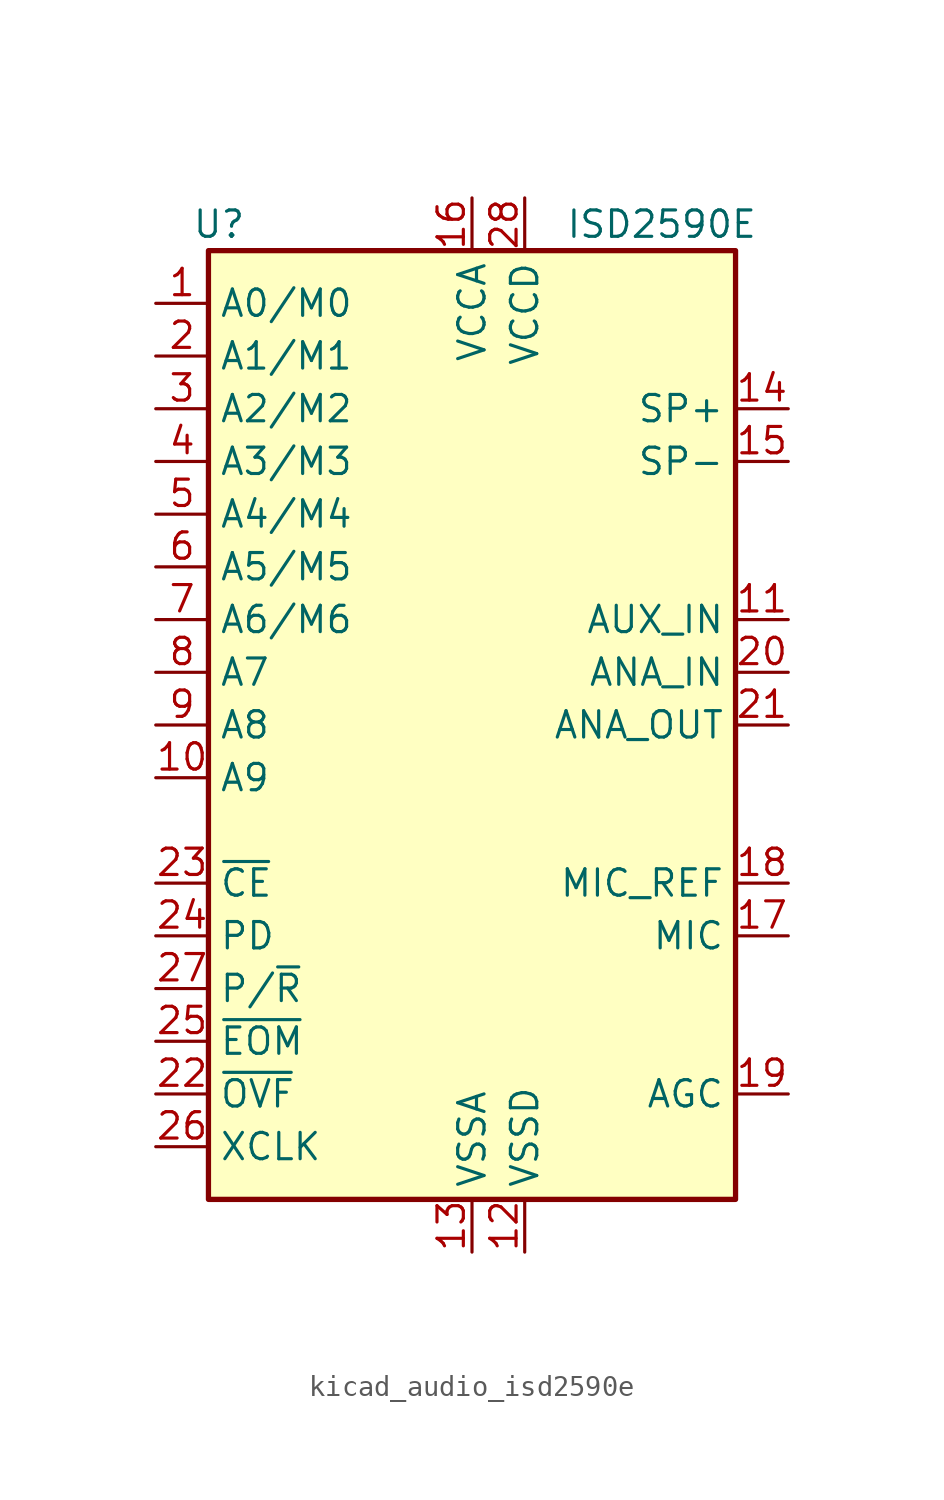
<source format=kicad_sym>
(kicad_symbol_lib
  (version 20220914)
  (generator kicad_symbol_editor)
  (symbol "kicad_audio_isd2590e"
    (property "Reference" "U"
      (at -12.192 24.13 0)
      (effects (font (size 1.27 1.27))))
    (property "Value" "ISD2590E"
      (at 9.144 24.13 0)
      (effects (font (size 1.27 1.27))))
    (symbol "kicad_audio_isd2590e_0_1"
      (rectangle (start -12.7 22.86) (end 12.7 -22.86) (stroke (width 0.254) (type default)) (fill (type background))))
    (symbol "kicad_audio_isd2590e_1_1"
      (pin input line (at -15.24 20.32 0) (length 2.54) (name "A0/M0" (effects (font (size 1.27 1.27)))) (number "1" (effects (font (size 1.27 1.27)))))
      (pin input line (at -15.24 -2.54 0) (length 2.54) (name "A9" (effects (font (size 1.27 1.27)))) (number "10" (effects (font (size 1.27 1.27)))))
      (pin input line (at 15.24 5.08 180) (length 2.54) (name "AUX_IN" (effects (font (size 1.27 1.27)))) (number "11" (effects (font (size 1.27 1.27)))))
      (pin power_in line (at 2.54 -25.4 90) (length 2.54) (name "VSSD" (effects (font (size 1.27 1.27)))) (number "12" (effects (font (size 1.27 1.27)))))
      (pin power_in line (at 0 -25.4 90) (length 2.54) (name "VSSA" (effects (font (size 1.27 1.27)))) (number "13" (effects (font (size 1.27 1.27)))))
      (pin output line (at 15.24 15.24 180) (length 2.54) (name "SP+" (effects (font (size 1.27 1.27)))) (number "14" (effects (font (size 1.27 1.27)))))
      (pin output line (at 15.24 12.7 180) (length 2.54) (name "SP-" (effects (font (size 1.27 1.27)))) (number "15" (effects (font (size 1.27 1.27)))))
      (pin power_in line (at 0 25.4 270) (length 2.54) (name "VCCA" (effects (font (size 1.27 1.27)))) (number "16" (effects (font (size 1.27 1.27)))))
      (pin input line (at 15.24 -10.16 180) (length 2.54) (name "MIC" (effects (font (size 1.27 1.27)))) (number "17" (effects (font (size 1.27 1.27)))))
      (pin passive line (at 15.24 -7.62 180) (length 2.54) (name "MIC_REF" (effects (font (size 1.27 1.27)))) (number "18" (effects (font (size 1.27 1.27)))))
      (pin passive line (at 15.24 -17.78 180) (length 2.54) (name "AGC" (effects (font (size 1.27 1.27)))) (number "19" (effects (font (size 1.27 1.27)))))
      (pin input line (at -15.24 17.78 0) (length 2.54) (name "A1/M1" (effects (font (size 1.27 1.27)))) (number "2" (effects (font (size 1.27 1.27)))))
      (pin input line (at 15.24 2.54 180) (length 2.54) (name "ANA_IN" (effects (font (size 1.27 1.27)))) (number "20" (effects (font (size 1.27 1.27)))))
      (pin output line (at 15.24 0 180) (length 2.54) (name "ANA_OUT" (effects (font (size 1.27 1.27)))) (number "21" (effects (font (size 1.27 1.27)))))
      (pin output line (at -15.24 -17.78 0) (length 2.54) (name "~{OVF}" (effects (font (size 1.27 1.27)))) (number "22" (effects (font (size 1.27 1.27)))))
      (pin input line (at -15.24 -7.62 0) (length 2.54) (name "~{CE}" (effects (font (size 1.27 1.27)))) (number "23" (effects (font (size 1.27 1.27)))))
      (pin input line (at -15.24 -10.16 0) (length 2.54) (name "PD" (effects (font (size 1.27 1.27)))) (number "24" (effects (font (size 1.27 1.27)))))
      (pin output line (at -15.24 -15.24 0) (length 2.54) (name "~{EOM}" (effects (font (size 1.27 1.27)))) (number "25" (effects (font (size 1.27 1.27)))))
      (pin input line (at -15.24 -20.32 0) (length 2.54) (name "XCLK" (effects (font (size 1.27 1.27)))) (number "26" (effects (font (size 1.27 1.27)))))
      (pin input line (at -15.24 -12.7 0) (length 2.54) (name "P/~{R}" (effects (font (size 1.27 1.27)))) (number "27" (effects (font (size 1.27 1.27)))))
      (pin power_in line (at 2.54 25.4 270) (length 2.54) (name "VCCD" (effects (font (size 1.27 1.27)))) (number "28" (effects (font (size 1.27 1.27)))))
      (pin input line (at -15.24 15.24 0) (length 2.54) (name "A2/M2" (effects (font (size 1.27 1.27)))) (number "3" (effects (font (size 1.27 1.27)))))
      (pin input line (at -15.24 12.7 0) (length 2.54) (name "A3/M3" (effects (font (size 1.27 1.27)))) (number "4" (effects (font (size 1.27 1.27)))))
      (pin input line (at -15.24 10.16 0) (length 2.54) (name "A4/M4" (effects (font (size 1.27 1.27)))) (number "5" (effects (font (size 1.27 1.27)))))
      (pin input line (at -15.24 7.62 0) (length 2.54) (name "A5/M5" (effects (font (size 1.27 1.27)))) (number "6" (effects (font (size 1.27 1.27)))))
      (pin input line (at -15.24 5.08 0) (length 2.54) (name "A6/M6" (effects (font (size 1.27 1.27)))) (number "7" (effects (font (size 1.27 1.27)))))
      (pin input line (at -15.24 2.54 0) (length 2.54) (name "A7" (effects (font (size 1.27 1.27)))) (number "8" (effects (font (size 1.27 1.27)))))
      (pin input line (at -15.24 0 0) (length 2.54) (name "A8" (effects (font (size 1.27 1.27)))) (number "9" (effects (font (size 1.27 1.27))))))))
</source>
